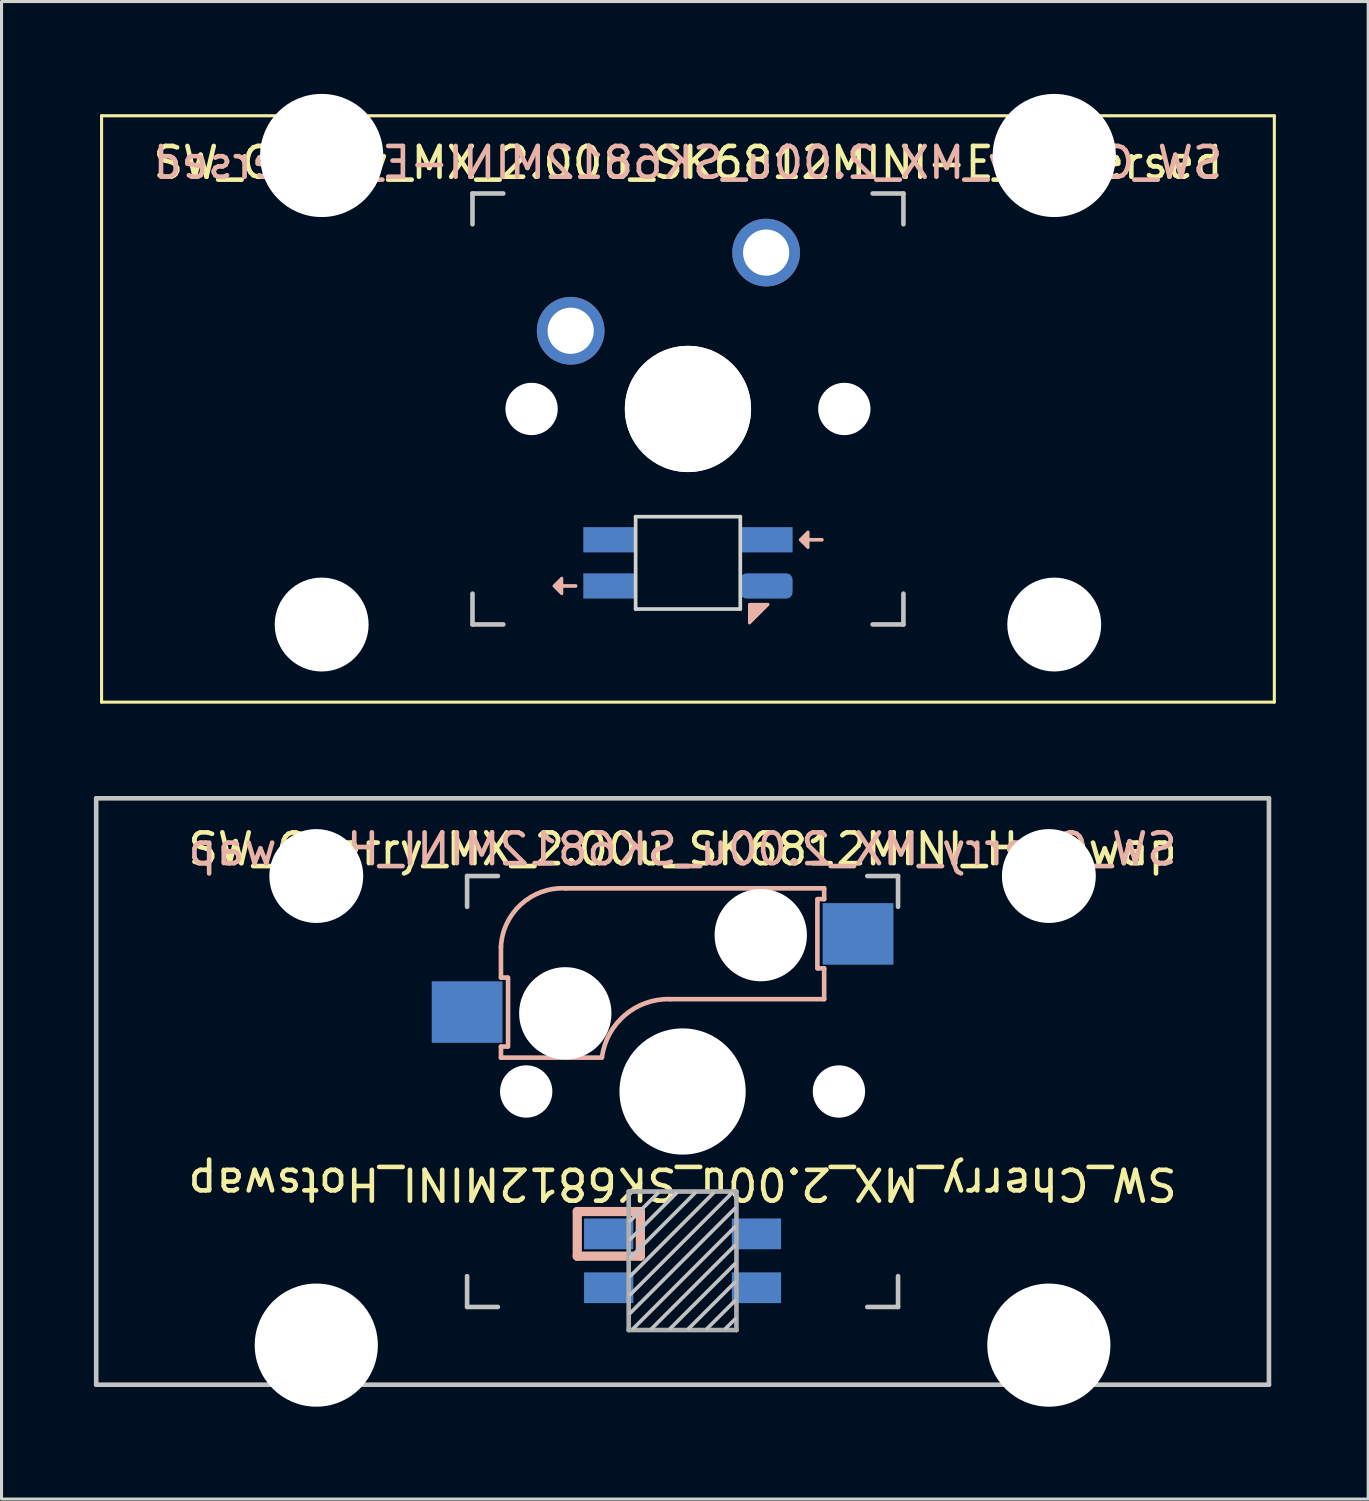
<source format=kicad_pcb>
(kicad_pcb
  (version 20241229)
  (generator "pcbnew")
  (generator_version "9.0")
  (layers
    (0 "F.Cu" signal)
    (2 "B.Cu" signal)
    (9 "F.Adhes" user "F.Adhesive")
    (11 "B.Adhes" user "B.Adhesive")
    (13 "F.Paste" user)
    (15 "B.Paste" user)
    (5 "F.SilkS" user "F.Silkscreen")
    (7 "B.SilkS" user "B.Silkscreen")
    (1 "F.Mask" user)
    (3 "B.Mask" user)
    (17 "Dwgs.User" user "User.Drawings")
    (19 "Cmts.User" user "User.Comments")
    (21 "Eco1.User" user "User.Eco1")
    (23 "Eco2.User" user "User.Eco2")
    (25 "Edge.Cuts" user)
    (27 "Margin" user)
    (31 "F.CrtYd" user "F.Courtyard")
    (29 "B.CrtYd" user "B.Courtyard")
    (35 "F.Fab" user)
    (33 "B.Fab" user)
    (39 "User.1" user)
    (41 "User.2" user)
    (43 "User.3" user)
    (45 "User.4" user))
  (footprint "SW_Cherry_MX_2.00u_SK6812MINI_Hotswap"
    (layer "F.Cu")
    (at 19.125 32.41)
    (property "Reference" "SW_Cherry_MX_2.00u_SK6812MINI_Hotswap" (at 0 3 180) (unlocked yes) (layer "F.SilkS") (effects (font (size 1 1) (thickness 0.15))))
    (attr through_hole)
    (fp_line (start -5.9 -4.7) (end -5.9 -3.7) (stroke (width 0.15) (type solid)) (layer "B.SilkS"))
    (fp_line (start -5.9 -3.7) (end -5.7 -3.7) (stroke (width 0.15) (type solid)) (layer "B.SilkS"))
    (fp_line (start -5.9 -1.1) (end -5.9 -1.46) (stroke (width 0.15) (type solid)) (layer "B.SilkS"))
    (fp_line (start -5.9 -1.1) (end -2.62 -1.1) (stroke (width 0.15) (type solid)) (layer "B.SilkS"))
    (fp_line (start -5.7 -1.46) (end -5.9 -1.46) (stroke (width 0.15) (type solid)) (layer "B.SilkS"))
    (fp_line (start -5.67 -3.7) (end -5.67 -1.46) (stroke (width 0.15) (type solid)) (layer "B.SilkS"))
    (fp_line (start -3.421 3.9) (end -1.371 3.9) (stroke (width 0.3) (type solid)) (layer "B.SilkS"))
    (fp_line (start -3.421 5.35) (end -3.421 3.9) (stroke (width 0.3) (type solid)) (layer "B.SilkS"))
    (fp_line (start -1.371 3.9) (end -1.371 5.35) (stroke (width 0.3) (type solid)) (layer "B.SilkS"))
    (fp_line (start -1.371 5.35) (end -3.421 5.35) (stroke (width 0.3) (type solid)) (layer "B.SilkS"))
    (fp_line (start -0.4 -3) (end 4.6 -3) (stroke (width 0.15) (type solid)) (layer "B.SilkS"))
    (fp_line (start 4.38 -4) (end 4.38 -6.25) (stroke (width 0.15) (type solid)) (layer "B.SilkS"))
    (fp_line (start 4.4 -6.25) (end 4.6 -6.25) (stroke (width 0.15) (type solid)) (layer "B.SilkS"))
    (fp_line (start 4.6 -6.6) (end -3.8 -6.6) (stroke (width 0.15) (type solid)) (layer "B.SilkS"))
    (fp_line (start 4.6 -6.25) (end 4.6 -6.6) (stroke (width 0.15) (type solid)) (layer "B.SilkS"))
    (fp_line (start 4.6 -4) (end 4.4 -4) (stroke (width 0.15) (type solid)) (layer "B.SilkS"))
    (fp_line (start 4.6 -3) (end 4.6 -4) (stroke (width 0.15) (type solid)) (layer "B.SilkS"))
    (fp_arc (start -5.9 -4.699999) (mid -5.243504 -6.084924) (end -3.800001 -6.6) (stroke (width 0.15) (type solid)) (layer "B.SilkS"))
    (fp_arc (start -2.616318 -1.121471) (mid -1.868709 -2.486118) (end -0.4 -3) (stroke (width 0.15) (type solid)) (layer "B.SilkS"))
    (fp_line (start -19.05 -9.525) (end 19.05 -9.525) (stroke (width 0.15) (type solid)) (layer "Dwgs.User"))
    (fp_line (start -19.05 9.525) (end -19.05 -9.525) (stroke (width 0.15) (type solid)) (layer "Dwgs.User"))
    (fp_line (start -7 -7) (end -6 -7) (stroke (width 0.15) (type solid)) (layer "Dwgs.User"))
    (fp_line (start -7 -6) (end -7 -7) (stroke (width 0.15) (type solid)) (layer "Dwgs.User"))
    (fp_line (start -7 6) (end -7 7) (stroke (width 0.15) (type solid)) (layer "Dwgs.User"))
    (fp_line (start -7 7) (end -6 7) (stroke (width 0.15) (type solid)) (layer "Dwgs.User"))
    (fp_line (start -0.8 3.3) (end -1.7 4.2) (stroke (width 0.12) (type solid)) (layer "Dwgs.User"))
    (fp_line (start -0.2 3.3) (end -1.7 4.8) (stroke (width 0.12) (type solid)) (layer "Dwgs.User"))
    (fp_line (start 0.4 3.3) (end -1.7 5.4) (stroke (width 0.12) (type solid)) (layer "Dwgs.User"))
    (fp_line (start 1 3.3) (end -1.7 6) (stroke (width 0.12) (type solid)) (layer "Dwgs.User"))
    (fp_line (start 1.6 3.3) (end -1.7 6.6) (stroke (width 0.12) (type solid)) (layer "Dwgs.User"))
    (fp_line (start 1.7 3.8) (end -1.7 7.2) (stroke (width 0.12) (type solid)) (layer "Dwgs.User"))
    (fp_line (start 1.7 4.4) (end -1.6 7.7) (stroke (width 0.12) (type solid)) (layer "Dwgs.User"))
    (fp_line (start 1.7 5) (end -1 7.7) (stroke (width 0.12) (type solid)) (layer "Dwgs.User"))
    (fp_line (start 1.7 5.6) (end -0.4 7.7) (stroke (width 0.12) (type solid)) (layer "Dwgs.User"))
    (fp_line (start 1.7 6.2) (end 0.2 7.7) (stroke (width 0.12) (type solid)) (layer "Dwgs.User"))
    (fp_line (start 1.7 6.8) (end 0.8 7.7) (stroke (width 0.12) (type solid)) (layer "Dwgs.User"))
    (fp_line (start 1.7 7.4) (end 1.4 7.7) (stroke (width 0.12) (type solid)) (layer "Dwgs.User"))
    (fp_line (start 6 7) (end 7 7) (stroke (width 0.15) (type solid)) (layer "Dwgs.User"))
    (fp_line (start 7 -7) (end 6 -7) (stroke (width 0.15) (type solid)) (layer "Dwgs.User"))
    (fp_line (start 7 -7) (end 7 -6) (stroke (width 0.15) (type solid)) (layer "Dwgs.User"))
    (fp_line (start 7 7) (end 7 6) (stroke (width 0.15) (type solid)) (layer "Dwgs.User"))
    (fp_line (start 19.05 -9.525) (end 19.05 9.525) (stroke (width 0.15) (type solid)) (layer "Dwgs.User"))
    (fp_line (start 19.05 9.525) (end -19.05 9.525) (stroke (width 0.15) (type solid)) (layer "Dwgs.User"))
    (fp_line (start -16.129 -2.286) (end -15.265 -2.286) (stroke (width 0.05) (type solid)) (layer "Eco1.User"))
    (fp_line (start -16.129 0.508) (end -16.129 -2.286) (stroke (width 0.05) (type solid)) (layer "Eco1.User"))
    (fp_line (start -15.265 -5.69) (end -8.611 -5.69) (stroke (width 0.05) (type solid)) (layer "Eco1.User"))
    (fp_line (start -15.265 -2.286) (end -15.265 -5.69) (stroke (width 0.05) (type solid)) (layer "Eco1.User"))
    (fp_line (start -15.265 0.508) (end -16.129 0.508) (stroke (width 0.05) (type solid)) (layer "Eco1.User"))
    (fp_line (start -15.265 6.604) (end -15.265 0.508) (stroke (width 0.05) (type solid)) (layer "Eco1.User"))
    (fp_line (start -14.224 6.604) (end -15.265 6.604) (stroke (width 0.05) (type solid)) (layer "Eco1.User"))
    (fp_line (start -14.224 7.772) (end -14.224 6.604) (stroke (width 0.05) (type solid)) (layer "Eco1.User"))
    (fp_line (start -9.652 6.604) (end -9.652 7.772) (stroke (width 0.05) (type solid)) (layer "Eco1.User"))
    (fp_line (start -9.652 7.772) (end -14.224 7.772) (stroke (width 0.05) (type solid)) (layer "Eco1.User"))
    (fp_line (start -8.611 -5.69) (end -8.611 -4.877) (stroke (width 0.05) (type solid)) (layer "Eco1.User"))
    (fp_line (start -8.611 -4.877) (end -6.985 -4.877) (stroke (width 0.05) (type solid)) (layer "Eco1.User"))
    (fp_line (start -8.611 5.817) (end -8.611 6.604) (stroke (width 0.05) (type solid)) (layer "Eco1.User"))
    (fp_line (start -8.611 6.604) (end -9.652 6.604) (stroke (width 0.05) (type solid)) (layer "Eco1.User"))
    (fp_line (start -6.985 -6.985) (end 6.985 -6.985) (stroke (width 0.05) (type solid)) (layer "Eco1.User"))
    (fp_line (start -6.985 -4.877) (end -6.985 -6.985) (stroke (width 0.05) (type solid)) (layer "Eco1.User"))
    (fp_line (start -6.985 5.817) (end -8.611 5.817) (stroke (width 0.05) (type solid)) (layer "Eco1.User"))
    (fp_line (start -6.985 6.985) (end -6.985 5.817) (stroke (width 0.05) (type solid)) (layer "Eco1.User"))
    (fp_line (start 6.985 -6.985) (end 6.985 -4.877) (stroke (width 0.05) (type solid)) (layer "Eco1.User"))
    (fp_line (start 6.985 -4.877) (end 8.611 -4.877) (stroke (width 0.05) (type solid)) (layer "Eco1.User"))
    (fp_line (start 6.985 5.817) (end 6.985 6.985) (stroke (width 0.05) (type solid)) (layer "Eco1.User"))
    (fp_line (start 6.985 6.985) (end -6.985 6.985) (stroke (width 0.05) (type solid)) (layer "Eco1.User"))
    (fp_line (start 8.611 -5.69) (end 15.265 -5.69) (stroke (width 0.05) (type solid)) (layer "Eco1.User"))
    (fp_line (start 8.611 -4.877) (end 8.611 -5.69) (stroke (width 0.05) (type solid)) (layer "Eco1.User"))
    (fp_line (start 8.611 5.817) (end 6.985 5.817) (stroke (width 0.05) (type solid)) (layer "Eco1.User"))
    (fp_line (start 8.611 6.604) (end 8.611 5.817) (stroke (width 0.05) (type solid)) (layer "Eco1.User"))
    (fp_line (start 9.652 6.604) (end 8.611 6.604) (stroke (width 0.05) (type solid)) (layer "Eco1.User"))
    (fp_line (start 9.652 7.772) (end 9.652 6.604) (stroke (width 0.05) (type solid)) (layer "Eco1.User"))
    (fp_line (start 14.224 6.604) (end 14.224 7.772) (stroke (width 0.05) (type solid)) (layer "Eco1.User"))
    (fp_line (start 14.224 7.772) (end 9.652 7.772) (stroke (width 0.05) (type solid)) (layer "Eco1.User"))
    (fp_line (start 15.265 -5.69) (end 15.265 -2.286) (stroke (width 0.05) (type solid)) (layer "Eco1.User"))
    (fp_line (start 15.265 -2.286) (end 16.129 -2.286) (stroke (width 0.05) (type solid)) (layer "Eco1.User"))
    (fp_line (start 15.265 0.508) (end 15.265 6.604) (stroke (width 0.05) (type solid)) (layer "Eco1.User"))
    (fp_line (start 15.265 6.604) (end 14.224 6.604) (stroke (width 0.05) (type solid)) (layer "Eco1.User"))
    (fp_line (start 16.129 -2.286) (end 16.129 0.508) (stroke (width 0.05) (type solid)) (layer "Eco1.User"))
    (fp_line (start 16.129 0.508) (end 15.265 0.508) (stroke (width 0.05) (type solid)) (layer "Eco1.User"))
    (fp_line (start -1.75 3.25) (end -1.75 7.75) (stroke (width 0.15) (type solid)) (layer "F.Fab"))
    (fp_line (start -1.75 3.25) (end 1.75 3.25) (stroke (width 0.15) (type solid)) (layer "F.Fab"))
    (fp_line (start 1.75 3.25) (end 1.75 7.75) (stroke (width 0.15) (type solid)) (layer "F.Fab"))
    (fp_line (start 1.75 7.75) (end -1.75 7.75) (stroke (width 0.15) (type solid)) (layer "F.Fab"))
    (fp_text user "${REFERENCE}" (at 0 -7.874 0) (layer "F.SilkS") (effects (font (size 1 1) (thickness 0.15))))
    (fp_text user "${REFERENCE}" (at 0 -7.874 0) (layer "B.SilkS") (effects (font (size 1 1) (thickness 0.15)) (justify mirror)))
    (pad "" np_thru_hole circle (at -11.9 -7) (size 3.05 3.05) (drill 3.05) (layers "*.Cu" "*.Mask"))
    (pad "" np_thru_hole circle (at -11.9 8.24) (size 4 4) (drill 4) (layers "*.Cu" "*.Mask"))
    (pad "" np_thru_hole circle (at -5.08 0) (size 1.7 1.7) (drill 1.7) (layers "*.Cu" "*.Mask"))
    (pad "" np_thru_hole circle (at -3.81 -2.54 180) (size 3 3) (drill 3) (layers "*.Cu" "*.Mask"))
    (pad "" np_thru_hole circle (at 0 0 90) (size 4.1 4.1) (drill 4.1) (layers "*.Cu" "*.Mask"))
    (pad "" np_thru_hole circle (at 2.54 -5.08 180) (size 3 3) (drill 3) (layers "*.Cu" "*.Mask"))
    (pad "" np_thru_hole circle (at 5.08 0) (size 1.7 1.7) (drill 1.7) (layers "*.Cu" "*.Mask"))
    (pad "" np_thru_hole circle (at 11.9 -7) (size 3.05 3.05) (drill 3.05) (layers "*.Cu" "*.Mask"))
    (pad "" np_thru_hole circle (at 11.9 8.24) (size 4 4) (drill 4) (layers "*.Cu" "*.Mask"))
    (pad "1" smd rect (at -2.4 4.625) (size 1.6 1) (layers "B.Cu" "B.Mask" "B.Paste"))
    (pad "2" smd rect (at -2.4 6.375) (size 1.6 1) (layers "B.Cu" "B.Mask" "B.Paste"))
    (pad "3" smd rect (at 2.4 6.375) (size 1.6 1) (layers "B.Cu" "B.Mask" "B.Paste"))
    (pad "4" smd rect (at 2.4 4.625) (size 1.6 1) (layers "B.Cu" "B.Mask" "B.Paste"))
    (pad "5" smd rect (at -7 -2.58 180) (size 2.3 2) (layers "B.Cu" "B.Mask" "B.Paste"))
    (pad "6" smd rect (at 5.7 -5.12 180) (size 2.3 2) (layers "B.Cu" "B.Mask" "B.Paste")))
  (footprint "SW_Cherry_MX_2.00u_SK6812MINI-E_Reversed"
    (layer "F.Cu")
    (at 0.25 0.711)
    (property "Reference" "SW_Cherry_MX_2.00u_SK6812MINI-E_Reversed" (at 19.05 1.525 0) (unlocked yes) (layer "F.SilkS") (effects (font (size 1 1) (thickness 0.15))))
    (attr through_hole)
    (fp_line (start 0 0) (end 38.1 0) (stroke (width 0.1) (type solid)) (layer "F.SilkS"))
    (fp_line (start 0 19.05) (end 0 0) (stroke (width 0.1) (type solid)) (layer "F.SilkS"))
    (fp_line (start 38.1 0) (end 38.1 19.05) (stroke (width 0.1) (type solid)) (layer "F.SilkS"))
    (fp_line (start 38.1 19.05) (end 0 19.05) (stroke (width 0.1) (type solid)) (layer "F.SilkS"))
    (fp_line (start 14.95 15.275) (end 15.4 15.275) (stroke (width 0.12) (type solid)) (layer "B.SilkS"))
    (fp_line (start 22.95 13.775) (end 23.4 13.775) (stroke (width 0.12) (type solid)) (layer "B.SilkS"))
    (fp_poly (pts (xy 14.95 15.025) (xy 14.7 15.275) (xy 14.95 15.525)) (stroke (width 0.1) (type solid)) (fill yes) (layer "B.SilkS"))
    (fp_poly (pts (xy 21.05 16.475) (xy 21.05 15.875) (xy 21.65 15.875)) (stroke (width 0.1) (type solid)) (fill yes) (layer "B.SilkS"))
    (fp_poly (pts (xy 22.95 13.525) (xy 22.7 13.775) (xy 22.95 14.025)) (stroke (width 0.1) (type solid)) (fill yes) (layer "B.SilkS"))
    (fp_line (start 12.05 2.525) (end 13.05 2.525) (stroke (width 0.15) (type solid)) (layer "Dwgs.User"))
    (fp_line (start 12.05 3.525) (end 12.05 2.525) (stroke (width 0.15) (type solid)) (layer "Dwgs.User"))
    (fp_line (start 12.05 15.525) (end 12.05 16.525) (stroke (width 0.15) (type solid)) (layer "Dwgs.User"))
    (fp_line (start 12.05 16.525) (end 13.05 16.525) (stroke (width 0.15) (type solid)) (layer "Dwgs.User"))
    (fp_line (start 25.05 16.525) (end 26.05 16.525) (stroke (width 0.15) (type solid)) (layer "Dwgs.User"))
    (fp_line (start 26.05 2.525) (end 25.05 2.525) (stroke (width 0.15) (type solid)) (layer "Dwgs.User"))
    (fp_line (start 26.05 2.525) (end 26.05 3.525) (stroke (width 0.15) (type solid)) (layer "Dwgs.User"))
    (fp_line (start 26.05 16.525) (end 26.05 15.525) (stroke (width 0.15) (type solid)) (layer "Dwgs.User"))
    (fp_line (start 3.55 0.475) (end 3.55 15.575) (stroke (width 0.05) (type solid)) (layer "Eco1.User"))
    (fp_line (start 10.55 0.475) (end 3.55 0.475) (stroke (width 0.05) (type solid)) (layer "Eco1.User"))
    (fp_line (start 10.55 0.475) (end 10.55 2.475) (stroke (width 0.05) (type solid)) (layer "Eco1.User"))
    (fp_line (start 12 15.575) (end 3.55 15.575) (stroke (width 0.05) (type solid)) (layer "Eco1.User"))
    (fp_line (start 12 16.575) (end 12 15.575) (stroke (width 0.05) (type solid)) (layer "Eco1.User"))
    (fp_line (start 19.05 2.475) (end 10.55 2.475) (stroke (width 0.05) (type default)) (layer "Eco1.User"))
    (fp_line (start 19.05 2.475) (end 27.55 2.475) (stroke (width 0.05) (type solid)) (layer "Eco1.User"))
    (fp_line (start 26.1 16.575) (end 12 16.575) (stroke (width 0.05) (type solid)) (layer "Eco1.User"))
    (fp_line (start 26.1 16.575) (end 26.1 15.575) (stroke (width 0.05) (type solid)) (layer "Eco1.User"))
    (fp_line (start 27.55 0.475) (end 34.55 0.475) (stroke (width 0.05) (type solid)) (layer "Eco1.User"))
    (fp_line (start 27.55 2.475) (end 27.55 0.475) (stroke (width 0.05) (type solid)) (layer "Eco1.User"))
    (fp_line (start 34.55 0.475) (end 34.55 15.575) (stroke (width 0.05) (type solid)) (layer "Eco1.User"))
    (fp_line (start 34.55 15.575) (end 26.1 15.575) (stroke (width 0.05) (type solid)) (layer "Eco1.User"))
    (fp_line (start 17.35 13.025) (end 20.75 13.025) (stroke (width 0.12) (type solid)) (layer "Edge.Cuts"))
    (fp_line (start 17.35 16.025) (end 17.35 13.025) (stroke (width 0.12) (type solid)) (layer "Edge.Cuts"))
    (fp_line (start 20.75 13.025) (end 20.75 16.025) (stroke (width 0.12) (type solid)) (layer "Edge.Cuts"))
    (fp_line (start 20.75 16.025) (end 17.35 16.025) (stroke (width 0.12) (type solid)) (layer "Edge.Cuts"))
    (fp_text user "${REFERENCE}" (at 19.05 1.525 0) (layer "B.SilkS") (effects (font (size 1 1) (thickness 0.15)) (justify mirror)))
    (pad "" np_thru_hole circle (at 7.15 1.29 180) (size 4 4) (drill 4) (layers "*.Cu" "*.Mask"))
    (pad "" np_thru_hole circle (at 7.15 16.529 180) (size 3.05 3.05) (drill 3.05) (layers "*.Cu" "*.Mask"))
    (pad "" np_thru_hole circle (at 13.97 9.525) (size 1.7 1.7) (drill 1.7) (layers "*.Cu" "*.Mask"))
    (pad "" np_thru_hole circle (at 19.05 9.525 270) (size 4.1 4.1) (drill 4.1) (layers "*.Cu" "*.Mask"))
    (pad "" np_thru_hole circle (at 19.05 9.525 90) (size 4.1 4.1) (drill 4.1) (layers "*.Cu" "*.Mask"))
    (pad "" np_thru_hole circle (at 24.13 9.525) (size 1.7 1.7) (drill 1.7) (layers "*.Cu" "*.Mask"))
    (pad "" np_thru_hole circle (at 30.95 1.29 180) (size 4 4) (drill 4) (layers "*.Cu" "*.Mask"))
    (pad "" np_thru_hole circle (at 30.95 16.529 180) (size 3.05 3.05) (drill 3.05) (layers "*.Cu" "*.Mask"))
    (pad "1" thru_hole circle (at 15.24 6.985 180) (size 2.2 2.2) (drill 1.5) (layers "*.Cu" "*.Mask"))
    (pad "2" thru_hole circle (at 21.59 4.445 180) (size 2.2 2.2) (drill 1.5) (layers "*.Cu" "*.Mask"))
    (pad "3" smd rect (at 16.5 13.775) (size 1.7 0.82) (layers "B.Cu" "B.Mask" "B.Paste"))
    (pad "4" smd rect (at 16.5 15.275) (size 1.7 0.82) (layers "B.Cu" "B.Mask" "B.Paste"))
    (pad "5" smd roundrect (at 21.6 15.275) (size 1.7 0.82) (layers "B.Cu" "B.Mask" "B.Paste") (roundrect_rratio 0.25))
    (pad "6" smd rect (at 21.6 13.775) (size 1.7 0.82) (layers "B.Cu" "B.Mask" "B.Paste")))
  (gr_rect
    (start -3 -3)
    (end 41.4 45.651)
    (stroke (width 0.1) (type default))
    (fill no)
    (layer "Edge.Cuts")))
</source>
